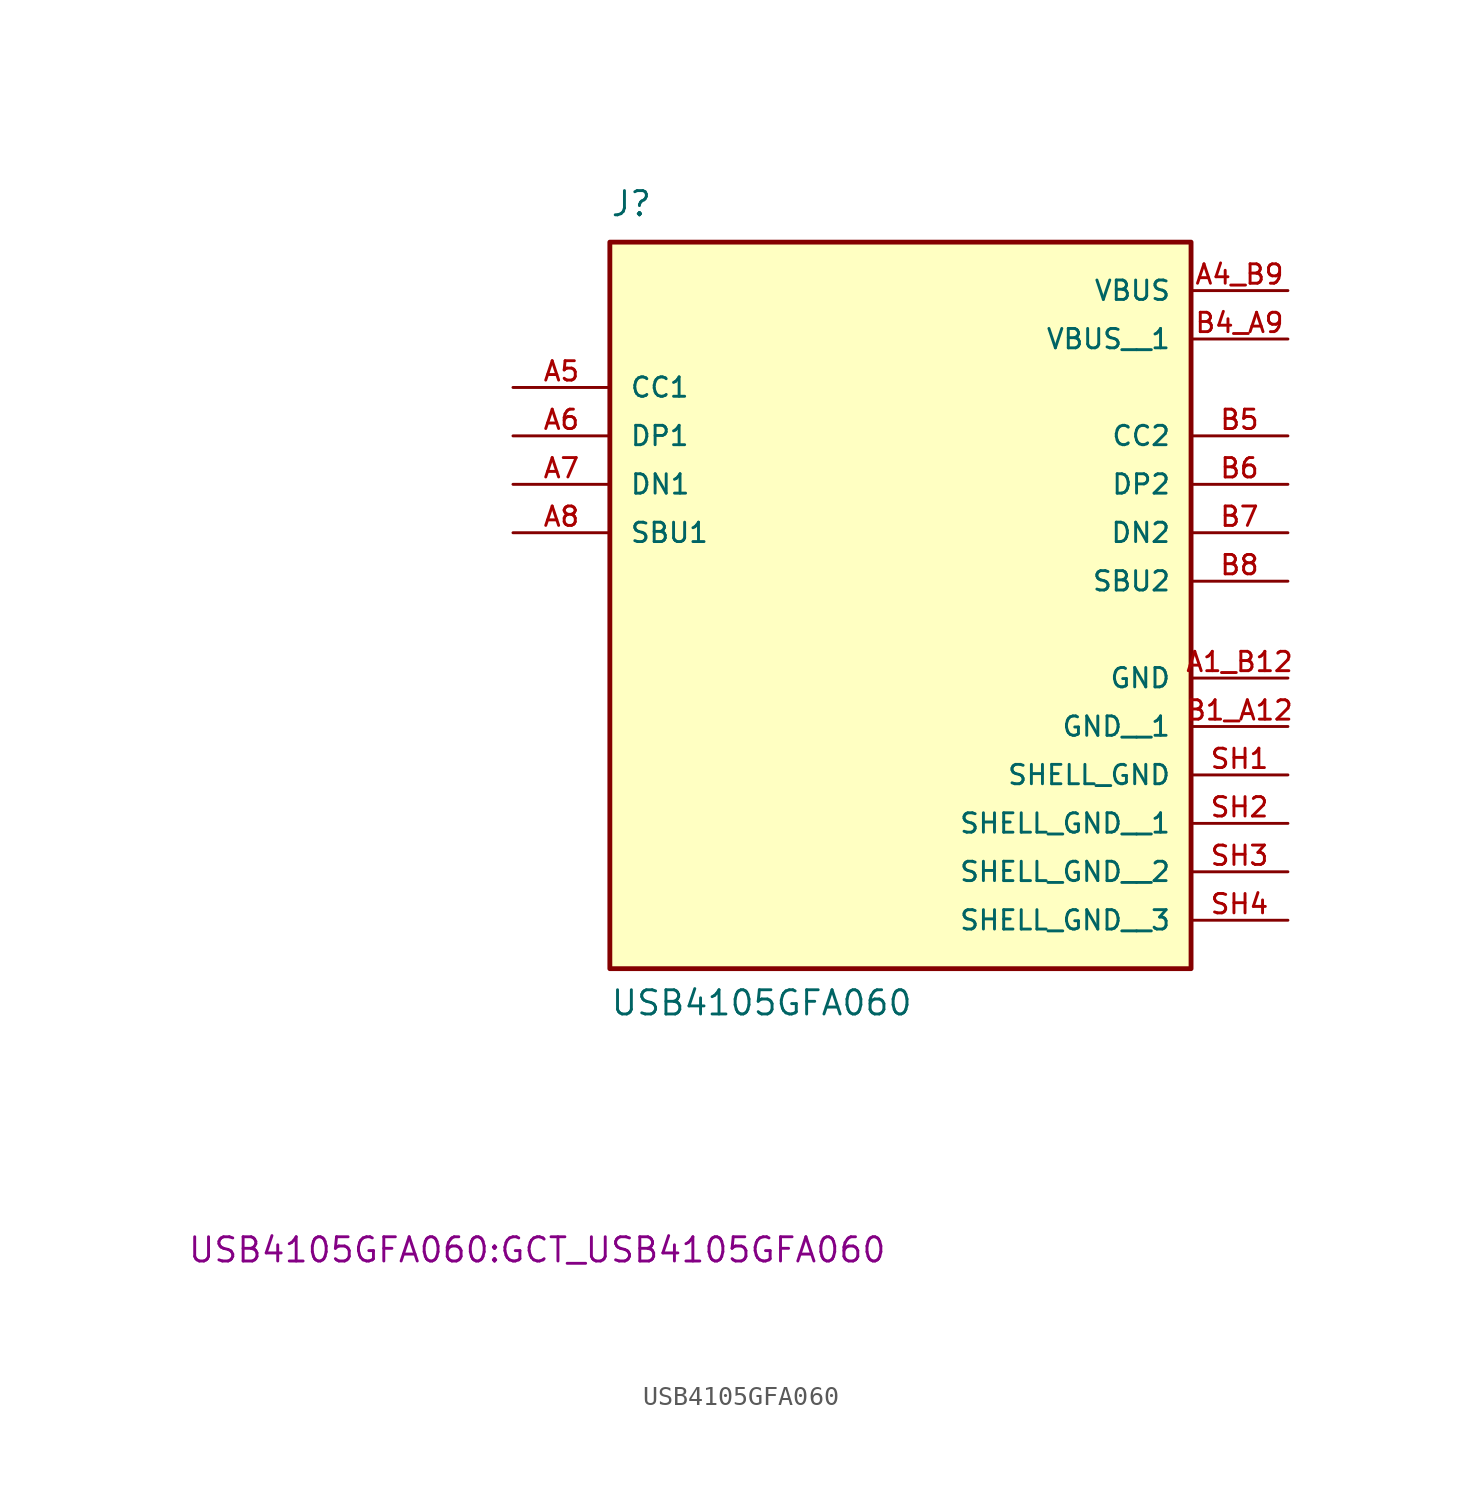
<source format=kicad_sym>
(kicad_symbol_lib
  (version 20231120)
  (generator "kicad_symbol_editor")
  (generator_version "8.0")
  (symbol "USB4105GFA060"
    (pin_names
      (offset 1.016))
    (property "Reference" "J"
      (at -15.24 13.97 0)
      (effects (font (size 1.27 1.27)) (justify left bottom)))
    (property "Value" "USB4105GFA060"
      (at -15.24 -27.94 0)
      (effects (font (size 1.27 1.27)) (justify left bottom)))
    (property "Footprint" "USB4105GFA060:GCT_USB4105GFA060"
      (at -19.05 -40.894 0)
      (effects (font (size 1.27 1.27)) (justify bottom)))
    (symbol "USB4105GFA060_0_0"
      (rectangle (start -15.24 -25.4) (end 15.24 12.7) (stroke (width 0.254) (type default)) (fill (type background)))
      (pin power_in line (at 20.32 -10.16 180) (length 5.08) (name "GND" (effects (font (size 1.016 1.016)))) (number "A1_B12" (effects (font (size 1.016 1.016)))))
      (pin power_in line (at 20.32 10.16 180) (length 5.08) (name "VBUS" (effects (font (size 1.016 1.016)))) (number "A4_B9" (effects (font (size 1.016 1.016)))))
      (pin bidirectional line (at -20.32 5.08 0) (length 5.08) (name "CC1" (effects (font (size 1.016 1.016)))) (number "A5" (effects (font (size 1.016 1.016)))))
      (pin bidirectional line (at -20.32 2.54 0) (length 5.08) (name "DP1" (effects (font (size 1.016 1.016)))) (number "A6" (effects (font (size 1.016 1.016)))))
      (pin bidirectional line (at -20.32 0 0) (length 5.08) (name "DN1" (effects (font (size 1.016 1.016)))) (number "A7" (effects (font (size 1.016 1.016)))))
      (pin bidirectional line (at -20.32 -2.54 0) (length 5.08) (name "SBU1" (effects (font (size 1.016 1.016)))) (number "A8" (effects (font (size 1.016 1.016)))))
      (pin power_in line (at 20.32 -12.7 180) (length 5.08) (name "GND__1" (effects (font (size 1.016 1.016)))) (number "B1_A12" (effects (font (size 1.016 1.016)))))
      (pin power_in line (at 20.32 7.62 180) (length 5.08) (name "VBUS__1" (effects (font (size 1.016 1.016)))) (number "B4_A9" (effects (font (size 1.016 1.016)))))
      (pin bidirectional line (at 20.32 2.54 180) (length 5.08) (name "CC2" (effects (font (size 1.016 1.016)))) (number "B5" (effects (font (size 1.016 1.016)))))
      (pin bidirectional line (at 20.32 0 180) (length 5.08) (name "DP2" (effects (font (size 1.016 1.016)))) (number "B6" (effects (font (size 1.016 1.016)))))
      (pin bidirectional line (at 20.32 -2.54 180) (length 5.08) (name "DN2" (effects (font (size 1.016 1.016)))) (number "B7" (effects (font (size 1.016 1.016)))))
      (pin bidirectional line (at 20.32 -5.08 180) (length 5.08) (name "SBU2" (effects (font (size 1.016 1.016)))) (number "B8" (effects (font (size 1.016 1.016)))))
      (pin power_in line (at 20.32 -15.24 180) (length 5.08) (name "SHELL_GND" (effects (font (size 1.016 1.016)))) (number "SH1" (effects (font (size 1.016 1.016)))))
      (pin power_in line (at 20.32 -17.78 180) (length 5.08) (name "SHELL_GND__1" (effects (font (size 1.016 1.016)))) (number "SH2" (effects (font (size 1.016 1.016)))))
      (pin power_in line (at 20.32 -20.32 180) (length 5.08) (name "SHELL_GND__2" (effects (font (size 1.016 1.016)))) (number "SH3" (effects (font (size 1.016 1.016)))))
      (pin power_in line (at 20.32 -22.86 180) (length 5.08) (name "SHELL_GND__3" (effects (font (size 1.016 1.016)))) (number "SH4" (effects (font (size 1.016 1.016))))))))
</source>
